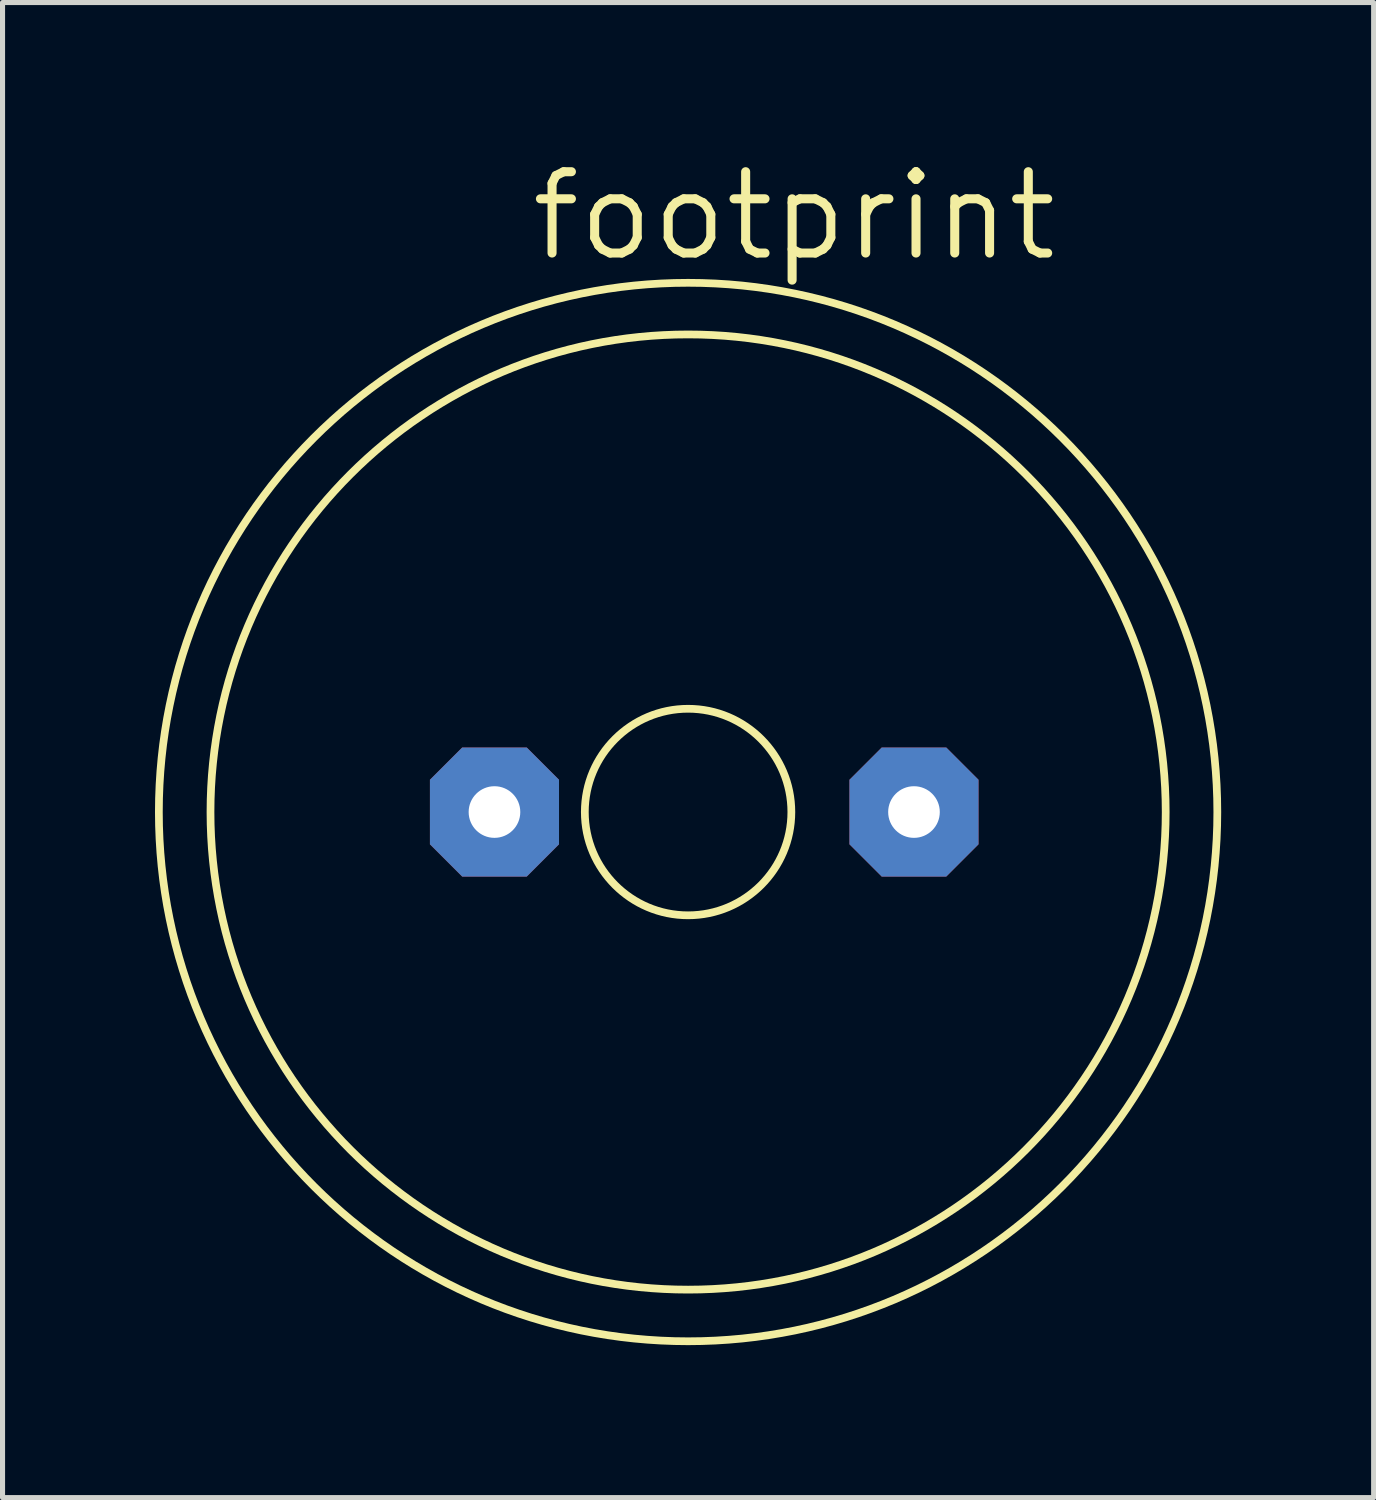
<source format=kicad_pcb>
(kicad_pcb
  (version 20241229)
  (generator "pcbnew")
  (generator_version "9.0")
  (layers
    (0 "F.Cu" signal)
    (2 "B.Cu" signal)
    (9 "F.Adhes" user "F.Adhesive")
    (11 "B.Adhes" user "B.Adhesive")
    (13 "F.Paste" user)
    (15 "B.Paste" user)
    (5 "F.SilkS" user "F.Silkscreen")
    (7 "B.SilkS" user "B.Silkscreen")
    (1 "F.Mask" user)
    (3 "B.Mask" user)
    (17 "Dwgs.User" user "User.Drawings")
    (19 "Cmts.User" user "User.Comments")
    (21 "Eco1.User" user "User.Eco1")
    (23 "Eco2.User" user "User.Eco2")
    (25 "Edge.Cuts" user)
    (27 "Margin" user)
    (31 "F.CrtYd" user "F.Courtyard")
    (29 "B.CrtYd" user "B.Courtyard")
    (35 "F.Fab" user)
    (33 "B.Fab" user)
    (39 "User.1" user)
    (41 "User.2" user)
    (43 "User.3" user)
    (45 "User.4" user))
  (footprint "footprint"
    (layer "F.Cu")
    (at 10.49 12.929)
    (property "Reference" "footprint" (at -3.175 -10.795 0) (layer "F.SilkS") (effects (font (size 1.6 1.6) (thickness 0.178)) (justify left bottom)))
    (fp_circle (center 0 0) (end 2.032 0) (stroke (width 0.152) (type solid)) (fill no) (layer "F.SilkS"))
    (fp_circle (center 0 0) (end 9.398 0) (stroke (width 0.152) (type solid)) (fill no) (layer "F.SilkS"))
    (fp_circle (center 0 0) (end 10.414 0) (stroke (width 0.152) (type solid)) (fill no) (layer "F.SilkS"))
    (pad "1" thru_hole roundrect (at -3.81 0) (size 2.54 2.54) (drill 1.016) (layers "*.Cu" "*.Mask") (roundrect_rratio 0.25) (chamfer_ratio 0.25) (chamfer top_left top_right bottom_left bottom_right))
    (pad "2" thru_hole roundrect (at 4.445 0) (size 2.54 2.54) (drill 1.016) (layers "*.Cu" "*.Mask") (roundrect_rratio 0.25) (chamfer_ratio 0.25) (chamfer top_left top_right bottom_left bottom_right)))
  (gr_rect
    (start -3 -3)
    (end 23.98 26.419)
    (stroke (width 0.1) (type default))
    (fill no)
    (layer "Edge.Cuts")))
</source>
